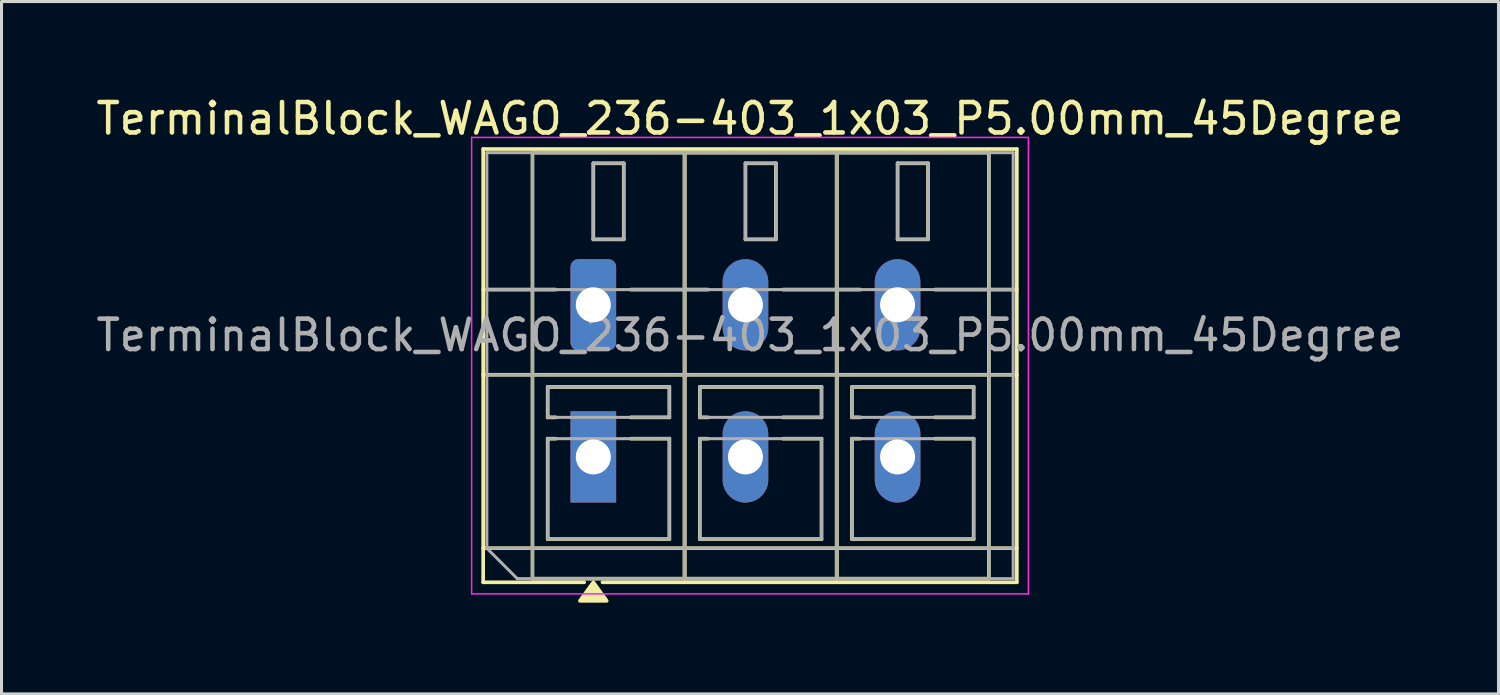
<source format=kicad_pcb>
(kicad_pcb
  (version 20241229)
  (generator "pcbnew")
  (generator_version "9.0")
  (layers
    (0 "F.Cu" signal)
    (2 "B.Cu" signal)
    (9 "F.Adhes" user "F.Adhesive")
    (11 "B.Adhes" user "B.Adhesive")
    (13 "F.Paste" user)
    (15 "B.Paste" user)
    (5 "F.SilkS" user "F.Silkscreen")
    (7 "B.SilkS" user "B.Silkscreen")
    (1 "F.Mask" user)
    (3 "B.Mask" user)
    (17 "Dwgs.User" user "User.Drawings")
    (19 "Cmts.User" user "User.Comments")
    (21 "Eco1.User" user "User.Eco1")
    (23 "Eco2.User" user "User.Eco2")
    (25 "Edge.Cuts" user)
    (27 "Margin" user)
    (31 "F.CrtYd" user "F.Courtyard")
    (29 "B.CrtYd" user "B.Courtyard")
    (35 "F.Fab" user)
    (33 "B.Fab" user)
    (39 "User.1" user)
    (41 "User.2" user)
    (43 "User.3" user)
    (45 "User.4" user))
  (footprint "TerminalBlock_WAGO_236-403_1x03_P5.00mm_45Degree"
    (layer "F.Cu")
    (at 16.451 6.968)
    (property "Reference" "TerminalBlock_WAGO_236-403_1x03_P5.00mm_45Degree" (at 5.15 -6.12 0) (layer "F.SilkS") (effects (font (size 1 1) (thickness 0.15))))
    (attr through_hole)
    (fp_line (start -3.62 -5.12) (end 13.92 -5.12) (stroke (width 0.12) (type solid)) (layer "F.SilkS"))
    (fp_line (start -3.62 -0.5) (end -1.23 -0.5) (stroke (width 0.12) (type solid)) (layer "F.SilkS"))
    (fp_line (start -3.62 2.3) (end 13.92 2.3) (stroke (width 0.12) (type solid)) (layer "F.SilkS"))
    (fp_line (start -3.62 8) (end 13.92 8) (stroke (width 0.12) (type solid)) (layer "F.SilkS"))
    (fp_line (start -3.62 9.12) (end -3.62 -5.12) (stroke (width 0.12) (type solid)) (layer "F.SilkS"))
    (fp_line (start -2 -5) (end 3 -5) (stroke (width 0.12) (type solid)) (layer "F.SilkS"))
    (fp_line (start -2 9) (end -2 -5) (stroke (width 0.12) (type solid)) (layer "F.SilkS"))
    (fp_line (start -1.5 2.7) (end 2.5 2.7) (stroke (width 0.12) (type solid)) (layer "F.SilkS"))
    (fp_line (start -1.5 3.7) (end -1.5 2.7) (stroke (width 0.12) (type solid)) (layer "F.SilkS"))
    (fp_line (start -1.5 4.4) (end -1.23 4.4) (stroke (width 0.12) (type solid)) (layer "F.SilkS"))
    (fp_line (start -1.5 7.7) (end -1.5 4.4) (stroke (width 0.12) (type solid)) (layer "F.SilkS"))
    (fp_line (start -1.23 3.7) (end -1.5 3.7) (stroke (width 0.12) (type solid)) (layer "F.SilkS"))
    (fp_line (start -0.3 9.12) (end -3.62 9.12) (stroke (width 0.12) (type solid)) (layer "F.SilkS"))
    (fp_line (start 0 -4.65) (end 1 -4.65) (stroke (width 0.12) (type solid)) (layer "F.SilkS"))
    (fp_line (start 0 -2.15) (end 0 -4.65) (stroke (width 0.12) (type solid)) (layer "F.SilkS"))
    (fp_line (start 1 -4.65) (end 1 -2.15) (stroke (width 0.12) (type solid)) (layer "F.SilkS"))
    (fp_line (start 1 -2.15) (end 0 -2.15) (stroke (width 0.12) (type solid)) (layer "F.SilkS"))
    (fp_line (start 1.23 -0.5) (end 3.77 -0.5) (stroke (width 0.12) (type solid)) (layer "F.SilkS"))
    (fp_line (start 1.23 4.4) (end 2.5 4.4) (stroke (width 0.12) (type solid)) (layer "F.SilkS"))
    (fp_line (start 2.5 2.7) (end 2.5 3.7) (stroke (width 0.12) (type solid)) (layer "F.SilkS"))
    (fp_line (start 2.5 3.7) (end 1.23 3.7) (stroke (width 0.12) (type solid)) (layer "F.SilkS"))
    (fp_line (start 2.5 4.4) (end 2.5 7.7) (stroke (width 0.12) (type solid)) (layer "F.SilkS"))
    (fp_line (start 2.5 7.7) (end -1.5 7.7) (stroke (width 0.12) (type solid)) (layer "F.SilkS"))
    (fp_line (start 3 -5) (end 3 9) (stroke (width 0.12) (type solid)) (layer "F.SilkS"))
    (fp_line (start 3 -5) (end 8 -5) (stroke (width 0.12) (type solid)) (layer "F.SilkS"))
    (fp_line (start 3 9) (end -2 9) (stroke (width 0.12) (type solid)) (layer "F.SilkS"))
    (fp_line (start 3 9) (end 3 -5) (stroke (width 0.12) (type solid)) (layer "F.SilkS"))
    (fp_line (start 3.5 2.7) (end 7.5 2.7) (stroke (width 0.12) (type solid)) (layer "F.SilkS"))
    (fp_line (start 3.5 3.7) (end 3.5 2.7) (stroke (width 0.12) (type solid)) (layer "F.SilkS"))
    (fp_line (start 3.5 4.4) (end 3.77 4.4) (stroke (width 0.12) (type solid)) (layer "F.SilkS"))
    (fp_line (start 3.5 7.7) (end 3.5 4.4) (stroke (width 0.12) (type solid)) (layer "F.SilkS"))
    (fp_line (start 3.77 3.7) (end 3.5 3.7) (stroke (width 0.12) (type solid)) (layer "F.SilkS"))
    (fp_line (start 5 -4.65) (end 6 -4.65) (stroke (width 0.12) (type solid)) (layer "F.SilkS"))
    (fp_line (start 5 -2.15) (end 5 -4.65) (stroke (width 0.12) (type solid)) (layer "F.SilkS"))
    (fp_line (start 6 -4.65) (end 6 -2.15) (stroke (width 0.12) (type solid)) (layer "F.SilkS"))
    (fp_line (start 6 -2.15) (end 5 -2.15) (stroke (width 0.12) (type solid)) (layer "F.SilkS"))
    (fp_line (start 6.23 -0.5) (end 8.77 -0.5) (stroke (width 0.12) (type solid)) (layer "F.SilkS"))
    (fp_line (start 6.23 4.4) (end 7.5 4.4) (stroke (width 0.12) (type solid)) (layer "F.SilkS"))
    (fp_line (start 7.5 2.7) (end 7.5 3.7) (stroke (width 0.12) (type solid)) (layer "F.SilkS"))
    (fp_line (start 7.5 3.7) (end 6.23 3.7) (stroke (width 0.12) (type solid)) (layer "F.SilkS"))
    (fp_line (start 7.5 4.4) (end 7.5 7.7) (stroke (width 0.12) (type solid)) (layer "F.SilkS"))
    (fp_line (start 7.5 7.7) (end 3.5 7.7) (stroke (width 0.12) (type solid)) (layer "F.SilkS"))
    (fp_line (start 8 -5) (end 8 9) (stroke (width 0.12) (type solid)) (layer "F.SilkS"))
    (fp_line (start 8 -5) (end 13 -5) (stroke (width 0.12) (type solid)) (layer "F.SilkS"))
    (fp_line (start 8 9) (end 3 9) (stroke (width 0.12) (type solid)) (layer "F.SilkS"))
    (fp_line (start 8 9) (end 8 -5) (stroke (width 0.12) (type solid)) (layer "F.SilkS"))
    (fp_line (start 8.5 2.7) (end 12.5 2.7) (stroke (width 0.12) (type solid)) (layer "F.SilkS"))
    (fp_line (start 8.5 3.7) (end 8.5 2.7) (stroke (width 0.12) (type solid)) (layer "F.SilkS"))
    (fp_line (start 8.5 4.4) (end 8.77 4.4) (stroke (width 0.12) (type solid)) (layer "F.SilkS"))
    (fp_line (start 8.5 7.7) (end 8.5 4.4) (stroke (width 0.12) (type solid)) (layer "F.SilkS"))
    (fp_line (start 8.77 3.7) (end 8.5 3.7) (stroke (width 0.12) (type solid)) (layer "F.SilkS"))
    (fp_line (start 10 -4.65) (end 11 -4.65) (stroke (width 0.12) (type solid)) (layer "F.SilkS"))
    (fp_line (start 10 -2.15) (end 10 -4.65) (stroke (width 0.12) (type solid)) (layer "F.SilkS"))
    (fp_line (start 11 -4.65) (end 11 -2.15) (stroke (width 0.12) (type solid)) (layer "F.SilkS"))
    (fp_line (start 11 -2.15) (end 10 -2.15) (stroke (width 0.12) (type solid)) (layer "F.SilkS"))
    (fp_line (start 11.23 -0.5) (end 13.92 -0.5) (stroke (width 0.12) (type solid)) (layer "F.SilkS"))
    (fp_line (start 11.23 4.4) (end 12.5 4.4) (stroke (width 0.12) (type solid)) (layer "F.SilkS"))
    (fp_line (start 12.5 2.7) (end 12.5 3.7) (stroke (width 0.12) (type solid)) (layer "F.SilkS"))
    (fp_line (start 12.5 3.7) (end 11.23 3.7) (stroke (width 0.12) (type solid)) (layer "F.SilkS"))
    (fp_line (start 12.5 4.4) (end 12.5 7.7) (stroke (width 0.12) (type solid)) (layer "F.SilkS"))
    (fp_line (start 12.5 7.7) (end 8.5 7.7) (stroke (width 0.12) (type solid)) (layer "F.SilkS"))
    (fp_line (start 13 -5) (end 13 9) (stroke (width 0.12) (type solid)) (layer "F.SilkS"))
    (fp_line (start 13 9) (end 8 9) (stroke (width 0.12) (type solid)) (layer "F.SilkS"))
    (fp_line (start 13.92 -5.12) (end 13.92 9.12) (stroke (width 0.12) (type solid)) (layer "F.SilkS"))
    (fp_line (start 13.92 9.12) (end 0.3 9.12) (stroke (width 0.12) (type solid)) (layer "F.SilkS"))
    (fp_poly (pts (xy 0 9.12) (xy 0.44 9.73) (xy -0.44 9.73)) (stroke (width 0.12) (type solid)) (fill yes) (layer "F.SilkS"))
    (fp_line (start -4 -5.5) (end -4 9.5) (stroke (width 0.05) (type solid)) (layer "F.CrtYd"))
    (fp_line (start -4 9.5) (end 14.3 9.5) (stroke (width 0.05) (type solid)) (layer "F.CrtYd"))
    (fp_line (start 14.3 -5.5) (end -4 -5.5) (stroke (width 0.05) (type solid)) (layer "F.CrtYd"))
    (fp_line (start 14.3 9.5) (end 14.3 -5.5) (stroke (width 0.05) (type solid)) (layer "F.CrtYd"))
    (fp_line (start -3.5 -5) (end 13.8 -5) (stroke (width 0.1) (type solid)) (layer "F.Fab"))
    (fp_line (start -3.5 -0.5) (end 13.8 -0.5) (stroke (width 0.1) (type solid)) (layer "F.Fab"))
    (fp_line (start -3.5 2.3) (end 13.8 2.3) (stroke (width 0.1) (type solid)) (layer "F.Fab"))
    (fp_line (start -3.5 8) (end -3.5 -5) (stroke (width 0.1) (type solid)) (layer "F.Fab"))
    (fp_line (start -3.5 8) (end 13.8 8) (stroke (width 0.1) (type solid)) (layer "F.Fab"))
    (fp_line (start -2.5 9) (end -3.5 8) (stroke (width 0.1) (type solid)) (layer "F.Fab"))
    (fp_line (start -2 -5) (end -2 9) (stroke (width 0.1) (type solid)) (layer "F.Fab"))
    (fp_line (start -2 9) (end 3 9) (stroke (width 0.1) (type solid)) (layer "F.Fab"))
    (fp_line (start -1.5 2.7) (end -1.5 3.7) (stroke (width 0.1) (type solid)) (layer "F.Fab"))
    (fp_line (start -1.5 3.7) (end 2.5 3.7) (stroke (width 0.1) (type solid)) (layer "F.Fab"))
    (fp_line (start -1.5 4.4) (end -1.5 7.7) (stroke (width 0.1) (type solid)) (layer "F.Fab"))
    (fp_line (start -1.5 7.7) (end 2.5 7.7) (stroke (width 0.1) (type solid)) (layer "F.Fab"))
    (fp_line (start 0 -4.65) (end 0 -2.15) (stroke (width 0.1) (type solid)) (layer "F.Fab"))
    (fp_line (start 0 -2.15) (end 1 -2.15) (stroke (width 0.1) (type solid)) (layer "F.Fab"))
    (fp_line (start 1 -4.65) (end 0 -4.65) (stroke (width 0.1) (type solid)) (layer "F.Fab"))
    (fp_line (start 1 -2.15) (end 1 -4.65) (stroke (width 0.1) (type solid)) (layer "F.Fab"))
    (fp_line (start 2.5 2.7) (end -1.5 2.7) (stroke (width 0.1) (type solid)) (layer "F.Fab"))
    (fp_line (start 2.5 3.7) (end 2.5 2.7) (stroke (width 0.1) (type solid)) (layer "F.Fab"))
    (fp_line (start 2.5 4.4) (end -1.5 4.4) (stroke (width 0.1) (type solid)) (layer "F.Fab"))
    (fp_line (start 2.5 7.7) (end 2.5 4.4) (stroke (width 0.1) (type solid)) (layer "F.Fab"))
    (fp_line (start 3 -5) (end -2 -5) (stroke (width 0.1) (type solid)) (layer "F.Fab"))
    (fp_line (start 3 -5) (end 3 9) (stroke (width 0.1) (type solid)) (layer "F.Fab"))
    (fp_line (start 3 9) (end 3 -5) (stroke (width 0.1) (type solid)) (layer "F.Fab"))
    (fp_line (start 3 9) (end 8 9) (stroke (width 0.1) (type solid)) (layer "F.Fab"))
    (fp_line (start 3.5 2.7) (end 3.5 3.7) (stroke (width 0.1) (type solid)) (layer "F.Fab"))
    (fp_line (start 3.5 3.7) (end 7.5 3.7) (stroke (width 0.1) (type solid)) (layer "F.Fab"))
    (fp_line (start 3.5 4.4) (end 3.5 7.7) (stroke (width 0.1) (type solid)) (layer "F.Fab"))
    (fp_line (start 3.5 7.7) (end 7.5 7.7) (stroke (width 0.1) (type solid)) (layer "F.Fab"))
    (fp_line (start 5 -4.65) (end 5 -2.15) (stroke (width 0.1) (type solid)) (layer "F.Fab"))
    (fp_line (start 5 -2.15) (end 6 -2.15) (stroke (width 0.1) (type solid)) (layer "F.Fab"))
    (fp_line (start 6 -4.65) (end 5 -4.65) (stroke (width 0.1) (type solid)) (layer "F.Fab"))
    (fp_line (start 6 -2.15) (end 6 -4.65) (stroke (width 0.1) (type solid)) (layer "F.Fab"))
    (fp_line (start 7.5 2.7) (end 3.5 2.7) (stroke (width 0.1) (type solid)) (layer "F.Fab"))
    (fp_line (start 7.5 3.7) (end 7.5 2.7) (stroke (width 0.1) (type solid)) (layer "F.Fab"))
    (fp_line (start 7.5 4.4) (end 3.5 4.4) (stroke (width 0.1) (type solid)) (layer "F.Fab"))
    (fp_line (start 7.5 7.7) (end 7.5 4.4) (stroke (width 0.1) (type solid)) (layer "F.Fab"))
    (fp_line (start 8 -5) (end 3 -5) (stroke (width 0.1) (type solid)) (layer "F.Fab"))
    (fp_line (start 8 -5) (end 8 9) (stroke (width 0.1) (type solid)) (layer "F.Fab"))
    (fp_line (start 8 9) (end 8 -5) (stroke (width 0.1) (type solid)) (layer "F.Fab"))
    (fp_line (start 8 9) (end 13 9) (stroke (width 0.1) (type solid)) (layer "F.Fab"))
    (fp_line (start 8.5 2.7) (end 8.5 3.7) (stroke (width 0.1) (type solid)) (layer "F.Fab"))
    (fp_line (start 8.5 3.7) (end 12.5 3.7) (stroke (width 0.1) (type solid)) (layer "F.Fab"))
    (fp_line (start 8.5 4.4) (end 8.5 7.7) (stroke (width 0.1) (type solid)) (layer "F.Fab"))
    (fp_line (start 8.5 7.7) (end 12.5 7.7) (stroke (width 0.1) (type solid)) (layer "F.Fab"))
    (fp_line (start 10 -4.65) (end 10 -2.15) (stroke (width 0.1) (type solid)) (layer "F.Fab"))
    (fp_line (start 10 -2.15) (end 11 -2.15) (stroke (width 0.1) (type solid)) (layer "F.Fab"))
    (fp_line (start 11 -4.65) (end 10 -4.65) (stroke (width 0.1) (type solid)) (layer "F.Fab"))
    (fp_line (start 11 -2.15) (end 11 -4.65) (stroke (width 0.1) (type solid)) (layer "F.Fab"))
    (fp_line (start 12.5 2.7) (end 8.5 2.7) (stroke (width 0.1) (type solid)) (layer "F.Fab"))
    (fp_line (start 12.5 3.7) (end 12.5 2.7) (stroke (width 0.1) (type solid)) (layer "F.Fab"))
    (fp_line (start 12.5 4.4) (end 8.5 4.4) (stroke (width 0.1) (type solid)) (layer "F.Fab"))
    (fp_line (start 12.5 7.7) (end 12.5 4.4) (stroke (width 0.1) (type solid)) (layer "F.Fab"))
    (fp_line (start 13 -5) (end 8 -5) (stroke (width 0.1) (type solid)) (layer "F.Fab"))
    (fp_line (start 13 9) (end 13 -5) (stroke (width 0.1) (type solid)) (layer "F.Fab"))
    (fp_line (start 13.8 -5) (end 13.8 9) (stroke (width 0.1) (type solid)) (layer "F.Fab"))
    (fp_line (start 13.8 9) (end -2.5 9) (stroke (width 0.1) (type solid)) (layer "F.Fab"))
    (fp_text user "${REFERENCE}" (at 5.15 1 0) (layer "F.Fab") (effects (font (size 1 1) (thickness 0.15))))
    (pad "1" thru_hole roundrect (at 0 0) (size 1.5 3) (drill 1.15) (layers "*.Cu" "*.Mask") (roundrect_rratio 0.167))
    (pad "1" thru_hole rect (at 0 5) (size 1.5 3) (drill 1.15) (layers "*.Cu" "*.Mask"))
    (pad "2" thru_hole oval (at 5 0) (size 1.5 3) (drill 1.15) (layers "*.Cu" "*.Mask"))
    (pad "2" thru_hole oval (at 5 5) (size 1.5 3) (drill 1.15) (layers "*.Cu" "*.Mask"))
    (pad "3" thru_hole oval (at 10 0) (size 1.5 3) (drill 1.15) (layers "*.Cu" "*.Mask"))
    (pad "3" thru_hole oval (at 10 5) (size 1.5 3) (drill 1.15) (layers "*.Cu" "*.Mask")))
  (gr_rect
    (start -3 -3)
    (end 46.202 19.758)
    (stroke (width 0.1) (type default))
    (fill no)
    (layer "Edge.Cuts")))
</source>
